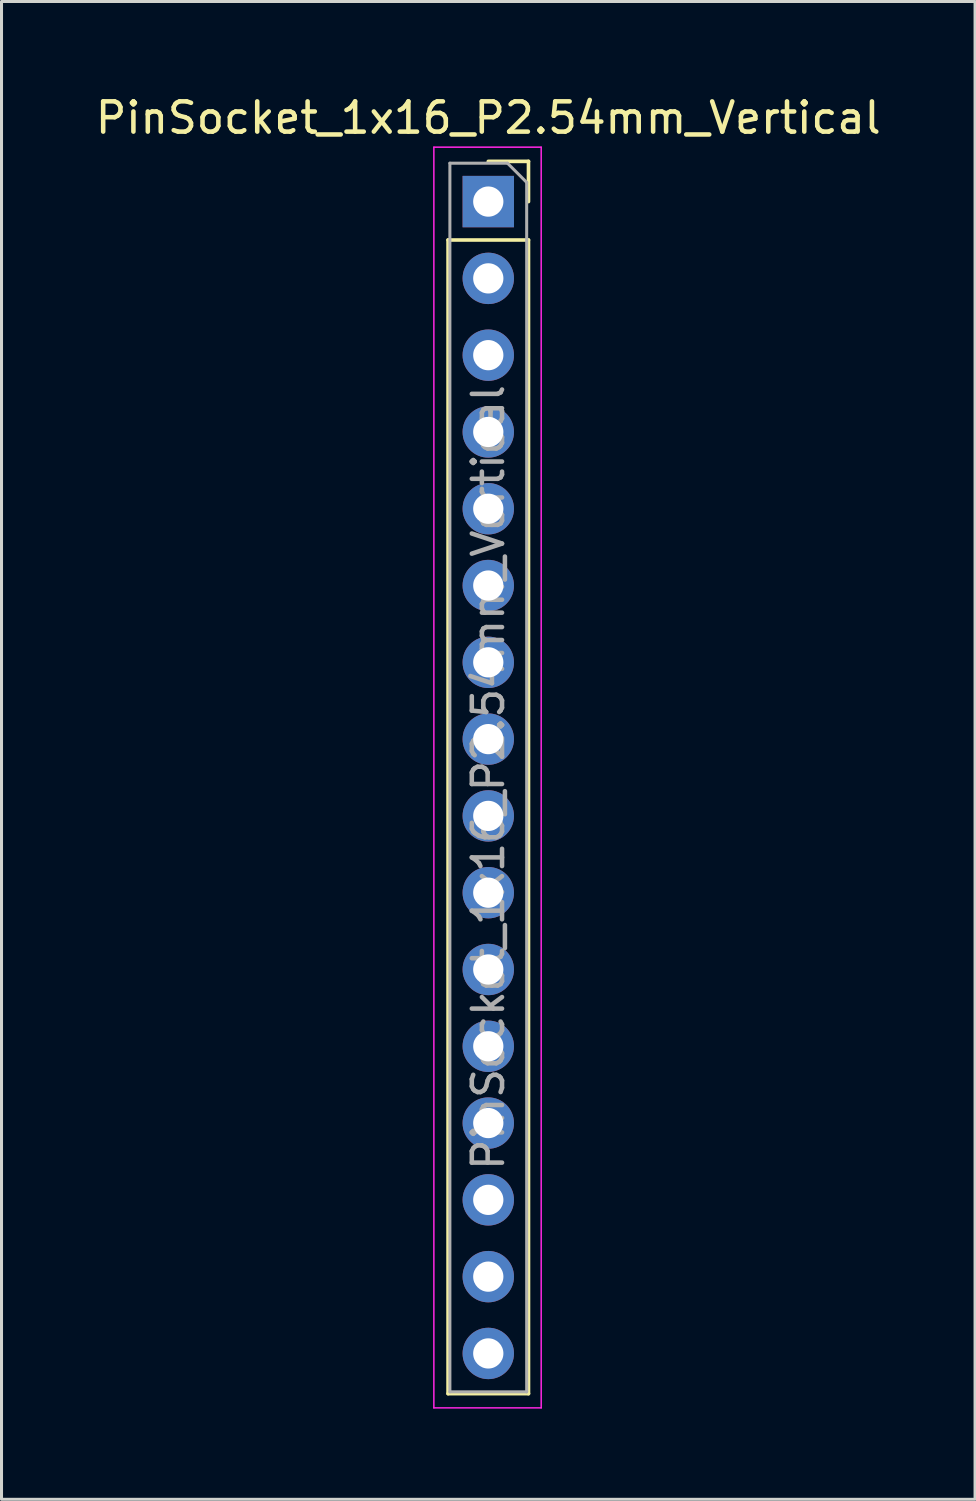
<source format=kicad_pcb>
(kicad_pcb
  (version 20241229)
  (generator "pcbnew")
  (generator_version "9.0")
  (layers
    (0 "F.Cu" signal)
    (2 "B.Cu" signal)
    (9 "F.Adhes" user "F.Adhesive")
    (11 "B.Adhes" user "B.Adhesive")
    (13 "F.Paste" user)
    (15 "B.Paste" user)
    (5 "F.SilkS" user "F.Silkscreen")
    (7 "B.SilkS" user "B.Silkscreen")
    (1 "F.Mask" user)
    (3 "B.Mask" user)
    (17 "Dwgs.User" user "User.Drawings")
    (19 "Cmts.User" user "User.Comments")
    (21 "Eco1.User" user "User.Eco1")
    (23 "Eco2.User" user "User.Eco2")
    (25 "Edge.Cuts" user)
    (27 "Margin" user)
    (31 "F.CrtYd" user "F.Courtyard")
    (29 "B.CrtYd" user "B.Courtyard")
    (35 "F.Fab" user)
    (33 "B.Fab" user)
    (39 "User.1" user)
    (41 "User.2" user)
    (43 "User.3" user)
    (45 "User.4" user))
  (footprint "PinSocket_1x16_P2.54mm_Vertical"
    (layer "F.Cu")
    (at 13.101 3.618)
    (property "Reference" "PinSocket_1x16_P2.54mm_Vertical" (at 0 -2.77 0) (layer "F.SilkS") (effects (font (size 1 1) (thickness 0.15))))
    (attr through_hole)
    (fp_line (start -1.33 1.27) (end -1.33 39.43) (stroke (width 0.12) (type solid)) (layer "F.SilkS"))
    (fp_line (start -1.33 1.27) (end 1.33 1.27) (stroke (width 0.12) (type solid)) (layer "F.SilkS"))
    (fp_line (start -1.33 39.43) (end 1.33 39.43) (stroke (width 0.12) (type solid)) (layer "F.SilkS"))
    (fp_line (start 0 -1.33) (end 1.33 -1.33) (stroke (width 0.12) (type solid)) (layer "F.SilkS"))
    (fp_line (start 1.33 -1.33) (end 1.33 0) (stroke (width 0.12) (type solid)) (layer "F.SilkS"))
    (fp_line (start 1.33 1.27) (end 1.33 39.43) (stroke (width 0.12) (type solid)) (layer "F.SilkS"))
    (fp_line (start -1.8 -1.8) (end 1.75 -1.8) (stroke (width 0.05) (type solid)) (layer "F.CrtYd"))
    (fp_line (start -1.8 39.9) (end -1.8 -1.8) (stroke (width 0.05) (type solid)) (layer "F.CrtYd"))
    (fp_line (start 1.75 -1.8) (end 1.75 39.9) (stroke (width 0.05) (type solid)) (layer "F.CrtYd"))
    (fp_line (start 1.75 39.9) (end -1.8 39.9) (stroke (width 0.05) (type solid)) (layer "F.CrtYd"))
    (fp_line (start -1.27 -1.27) (end 0.635 -1.27) (stroke (width 0.1) (type solid)) (layer "F.Fab"))
    (fp_line (start -1.27 39.37) (end -1.27 -1.27) (stroke (width 0.1) (type solid)) (layer "F.Fab"))
    (fp_line (start 0.635 -1.27) (end 1.27 -0.635) (stroke (width 0.1) (type solid)) (layer "F.Fab"))
    (fp_line (start 1.27 -0.635) (end 1.27 39.37) (stroke (width 0.1) (type solid)) (layer "F.Fab"))
    (fp_line (start 1.27 39.37) (end -1.27 39.37) (stroke (width 0.1) (type solid)) (layer "F.Fab"))
    (fp_text user "${REFERENCE}" (at 0 19.05 90) (layer "F.Fab") (effects (font (size 1 1) (thickness 0.15))))
    (pad "1" thru_hole rect (at 0 0) (size 1.7 1.7) (drill 1) (layers "*.Cu" "*.Mask"))
    (pad "2" thru_hole oval (at 0 2.54) (size 1.7 1.7) (drill 1) (layers "*.Cu" "*.Mask"))
    (pad "3" thru_hole oval (at 0 5.08) (size 1.7 1.7) (drill 1) (layers "*.Cu" "*.Mask"))
    (pad "4" thru_hole oval (at 0 7.62) (size 1.7 1.7) (drill 1) (layers "*.Cu" "*.Mask"))
    (pad "5" thru_hole oval (at 0 10.16) (size 1.7 1.7) (drill 1) (layers "*.Cu" "*.Mask"))
    (pad "6" thru_hole oval (at 0 12.7) (size 1.7 1.7) (drill 1) (layers "*.Cu" "*.Mask"))
    (pad "7" thru_hole oval (at 0 15.24) (size 1.7 1.7) (drill 1) (layers "*.Cu" "*.Mask"))
    (pad "8" thru_hole oval (at 0 17.78) (size 1.7 1.7) (drill 1) (layers "*.Cu" "*.Mask"))
    (pad "9" thru_hole oval (at 0 20.32) (size 1.7 1.7) (drill 1) (layers "*.Cu" "*.Mask"))
    (pad "10" thru_hole oval (at 0 22.86) (size 1.7 1.7) (drill 1) (layers "*.Cu" "*.Mask"))
    (pad "11" thru_hole oval (at 0 25.4) (size 1.7 1.7) (drill 1) (layers "*.Cu" "*.Mask"))
    (pad "12" thru_hole oval (at 0 27.94) (size 1.7 1.7) (drill 1) (layers "*.Cu" "*.Mask"))
    (pad "13" thru_hole oval (at 0 30.48) (size 1.7 1.7) (drill 1) (layers "*.Cu" "*.Mask"))
    (pad "14" thru_hole oval (at 0 33.02) (size 1.7 1.7) (drill 1) (layers "*.Cu" "*.Mask"))
    (pad "15" thru_hole oval (at 0 35.56) (size 1.7 1.7) (drill 1) (layers "*.Cu" "*.Mask"))
    (pad "16" thru_hole oval (at 0 38.1) (size 1.7 1.7) (drill 1) (layers "*.Cu" "*.Mask")))
  (gr_rect
    (start -3 -3)
    (end 29.202 46.543)
    (stroke (width 0.1) (type default))
    (fill no)
    (layer "Edge.Cuts")))
</source>
